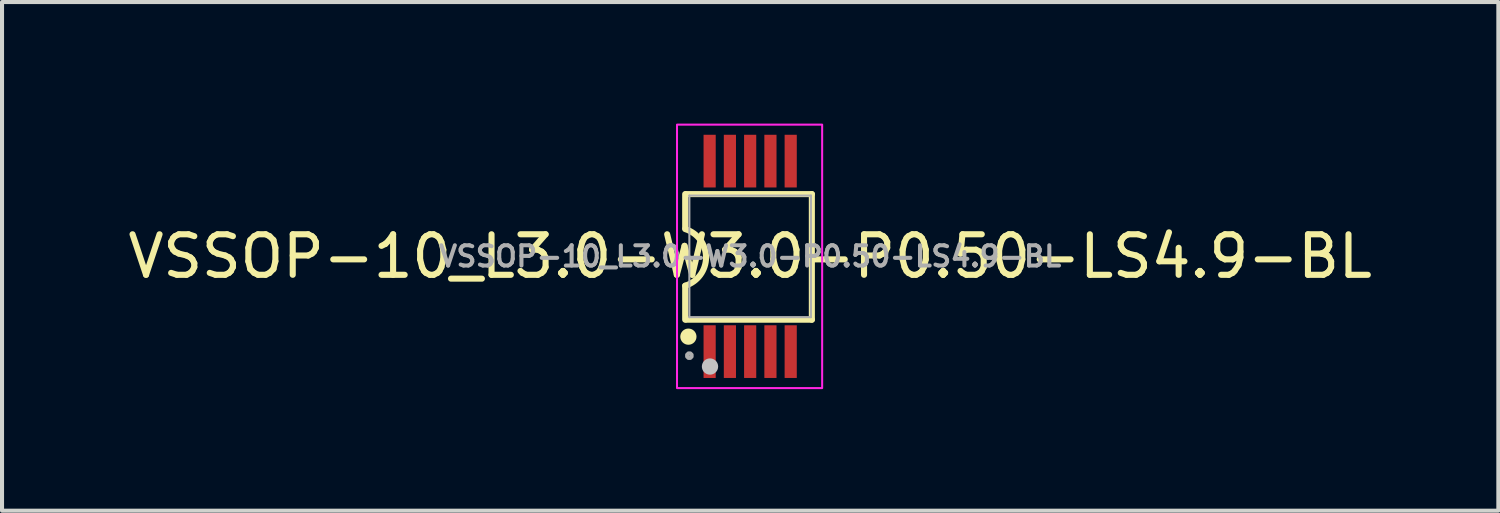
<source format=kicad_pcb>
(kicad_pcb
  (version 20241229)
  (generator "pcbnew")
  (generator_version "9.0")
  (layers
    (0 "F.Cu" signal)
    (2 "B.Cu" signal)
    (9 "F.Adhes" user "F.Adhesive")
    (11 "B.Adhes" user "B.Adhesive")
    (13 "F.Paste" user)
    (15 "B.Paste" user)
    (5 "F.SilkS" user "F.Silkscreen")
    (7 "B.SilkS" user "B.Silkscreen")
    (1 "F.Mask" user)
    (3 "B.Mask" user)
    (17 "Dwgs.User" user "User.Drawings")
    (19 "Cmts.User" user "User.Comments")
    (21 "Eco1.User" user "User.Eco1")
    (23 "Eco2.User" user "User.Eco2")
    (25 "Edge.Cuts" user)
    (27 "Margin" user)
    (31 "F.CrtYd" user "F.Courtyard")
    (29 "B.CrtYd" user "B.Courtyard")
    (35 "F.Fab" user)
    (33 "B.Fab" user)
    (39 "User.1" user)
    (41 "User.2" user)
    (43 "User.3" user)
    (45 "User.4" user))
  (footprint "VSSOP-10_L3.0-W3.0-P0.50-LS4.9-BL"
    (layer "F.Cu")
    (at 15.458 3.275)
    (property "Reference" "VSSOP-10_L3.0-W3.0-P0.50-LS4.9-BL" (at 0 0 0) (layer "F.SilkS") (effects (font (size 1 1) (thickness 0.15))))
    (fp_line (start -1.603 -1.536) (end -1.603 -0.699) (stroke (width 0.15) (type default)) (layer "F.SilkS"))
    (fp_line (start -1.603 0.724) (end -1.603 1.562) (stroke (width 0.15) (type default)) (layer "F.SilkS"))
    (fp_line (start -1.579 -1.536) (end 1.522 -1.536) (stroke (width 0.15) (type default)) (layer "F.SilkS"))
    (fp_line (start -1.579 1.562) (end 1.522 1.562) (stroke (width 0.15) (type default)) (layer "F.SilkS"))
    (fp_line (start 1.522 1.563) (end 1.522 -1.536) (stroke (width 0.15) (type default)) (layer "F.SilkS"))
    (fp_arc (start -1.6025 -0.673) (mid -1.088421 0.0255) (end -1.6025 0.724) (stroke (width 0.15) (type default)) (layer "F.SilkS"))
    (fp_circle (center -1.524 1.981) (end -1.424 1.981) (stroke (width 0.2) (type default)) (fill no) (layer "F.SilkS"))
    (fp_circle (center -0.991 2.718) (end -0.89 2.718) (stroke (width 0.2) (type default)) (fill no) (layer "Dwgs.User"))
    (fp_rect (start -1.805 -3.25) (end 1.776 3.25) (stroke (width 0.05) (type default)) (fill no) (layer "F.CrtYd"))
    (fp_line (start -1.5 -1.5) (end 1.5 -1.5) (stroke (width 0.051) (type default)) (layer "F.Fab"))
    (fp_line (start -1.5 1.5) (end -1.5 -1.5) (stroke (width 0.051) (type default)) (layer "F.Fab"))
    (fp_line (start 1.5 -1.5) (end 1.5 1.5) (stroke (width 0.051) (type default)) (layer "F.Fab"))
    (fp_line (start 1.5 1.5) (end -1.5 1.5) (stroke (width 0.051) (type default)) (layer "F.Fab"))
    (fp_poly (pts (xy -1.445 2.427) (xy -1.477 2.395) (xy -1.523 2.395) (xy -1.555 2.427) (xy -1.555 2.473) (xy -1.523 2.505) (xy -1.477 2.505) (xy -1.445 2.473)) (stroke (width 0.1) (type default)) (fill no) (layer "F.Fab"))
    (fp_poly (pts (xy -1.12 -1.9) (xy -1.12 -2.45) (xy -0.88 -2.45) (xy -0.88 -1.9)) (stroke (width 0.1) (type default)) (fill no) (layer "User.1"))
    (fp_poly (pts (xy -1.12 -1.49) (xy -1.12 -1.91) (xy -0.88 -1.91) (xy -0.88 -1.49)) (stroke (width 0.1) (type default)) (fill no) (layer "User.1"))
    (fp_poly (pts (xy -1.12 1.91) (xy -1.12 1.49) (xy -0.88 1.49) (xy -0.88 1.91)) (stroke (width 0.1) (type default)) (fill no) (layer "User.1"))
    (fp_poly (pts (xy -1.12 2.45) (xy -1.12 1.9) (xy -0.88 1.9) (xy -0.88 2.45)) (stroke (width 0.1) (type default)) (fill no) (layer "User.1"))
    (fp_poly (pts (xy -0.62 -1.9) (xy -0.62 -2.45) (xy -0.38 -2.45) (xy -0.38 -1.9)) (stroke (width 0.1) (type default)) (fill no) (layer "User.1"))
    (fp_poly (pts (xy -0.62 -1.49) (xy -0.62 -1.91) (xy -0.38 -1.91) (xy -0.38 -1.49)) (stroke (width 0.1) (type default)) (fill no) (layer "User.1"))
    (fp_poly (pts (xy -0.62 1.91) (xy -0.62 1.49) (xy -0.38 1.49) (xy -0.38 1.91)) (stroke (width 0.1) (type default)) (fill no) (layer "User.1"))
    (fp_poly (pts (xy -0.62 2.45) (xy -0.62 1.9) (xy -0.38 1.9) (xy -0.38 2.45)) (stroke (width 0.1) (type default)) (fill no) (layer "User.1"))
    (fp_poly (pts (xy -0.12 -1.9) (xy -0.12 -2.45) (xy 0.12 -2.45) (xy 0.12 -1.9)) (stroke (width 0.1) (type default)) (fill no) (layer "User.1"))
    (fp_poly (pts (xy -0.12 -1.49) (xy -0.12 -1.91) (xy 0.12 -1.91) (xy 0.12 -1.49)) (stroke (width 0.1) (type default)) (fill no) (layer "User.1"))
    (fp_poly (pts (xy -0.12 1.91) (xy -0.12 1.49) (xy 0.12 1.49) (xy 0.12 1.91)) (stroke (width 0.1) (type default)) (fill no) (layer "User.1"))
    (fp_poly (pts (xy -0.12 2.45) (xy -0.12 1.9) (xy 0.12 1.9) (xy 0.12 2.45)) (stroke (width 0.1) (type default)) (fill no) (layer "User.1"))
    (fp_poly (pts (xy 0.38 -1.9) (xy 0.38 -2.45) (xy 0.62 -2.45) (xy 0.62 -1.9)) (stroke (width 0.1) (type default)) (fill no) (layer "User.1"))
    (fp_poly (pts (xy 0.38 -1.49) (xy 0.38 -1.91) (xy 0.62 -1.91) (xy 0.62 -1.49)) (stroke (width 0.1) (type default)) (fill no) (layer "User.1"))
    (fp_poly (pts (xy 0.38 1.91) (xy 0.38 1.49) (xy 0.62 1.49) (xy 0.62 1.91)) (stroke (width 0.1) (type default)) (fill no) (layer "User.1"))
    (fp_poly (pts (xy 0.38 2.45) (xy 0.38 1.9) (xy 0.62 1.9) (xy 0.62 2.45)) (stroke (width 0.1) (type default)) (fill no) (layer "User.1"))
    (fp_poly (pts (xy 0.88 -1.9) (xy 0.88 -2.45) (xy 1.12 -2.45) (xy 1.12 -1.9)) (stroke (width 0.1) (type default)) (fill no) (layer "User.1"))
    (fp_poly (pts (xy 0.88 -1.49) (xy 0.88 -1.91) (xy 1.12 -1.91) (xy 1.12 -1.49)) (stroke (width 0.1) (type default)) (fill no) (layer "User.1"))
    (fp_poly (pts (xy 0.88 1.91) (xy 0.88 1.49) (xy 1.12 1.49) (xy 1.12 1.91)) (stroke (width 0.1) (type default)) (fill no) (layer "User.1"))
    (fp_poly (pts (xy 0.88 2.45) (xy 0.88 1.9) (xy 1.12 1.9) (xy 1.12 2.45)) (stroke (width 0.1) (type default)) (fill no) (layer "User.1"))
    (fp_text user "${REFERENCE}" (at 0 0 0) (layer "F.Fab") (effects (font (size 0.5 0.5) (thickness 0.1))))
    (pad "1" smd rect (at -1 2.35) (size 0.3 1.3) (layers "F.Cu" "F.Mask" "F.Paste"))
    (pad "2" smd rect (at -0.5 2.35) (size 0.3 1.3) (layers "F.Cu" "F.Mask" "F.Paste"))
    (pad "3" smd rect (at 0 2.35) (size 0.3 1.3) (layers "F.Cu" "F.Mask" "F.Paste"))
    (pad "4" smd rect (at 0.5 2.35) (size 0.3 1.3) (layers "F.Cu" "F.Mask" "F.Paste"))
    (pad "5" smd rect (at 1 2.35) (size 0.3 1.3) (layers "F.Cu" "F.Mask" "F.Paste"))
    (pad "6" smd rect (at 1 -2.35) (size 0.3 1.3) (layers "F.Cu" "F.Mask" "F.Paste"))
    (pad "7" smd rect (at 0.5 -2.35) (size 0.3 1.3) (layers "F.Cu" "F.Mask" "F.Paste"))
    (pad "8" smd rect (at 0 -2.35) (size 0.3 1.3) (layers "F.Cu" "F.Mask" "F.Paste"))
    (pad "9" smd rect (at -0.5 -2.35) (size 0.3 1.3) (layers "F.Cu" "F.Mask" "F.Paste"))
    (pad "10" smd rect (at -1 -2.35) (size 0.3 1.3) (layers "F.Cu" "F.Mask" "F.Paste")))
  (gr_rect
    (start -3 -3)
    (end 33.917 9.55)
    (stroke (width 0.1) (type default))
    (fill no)
    (layer "Edge.Cuts")))
</source>
